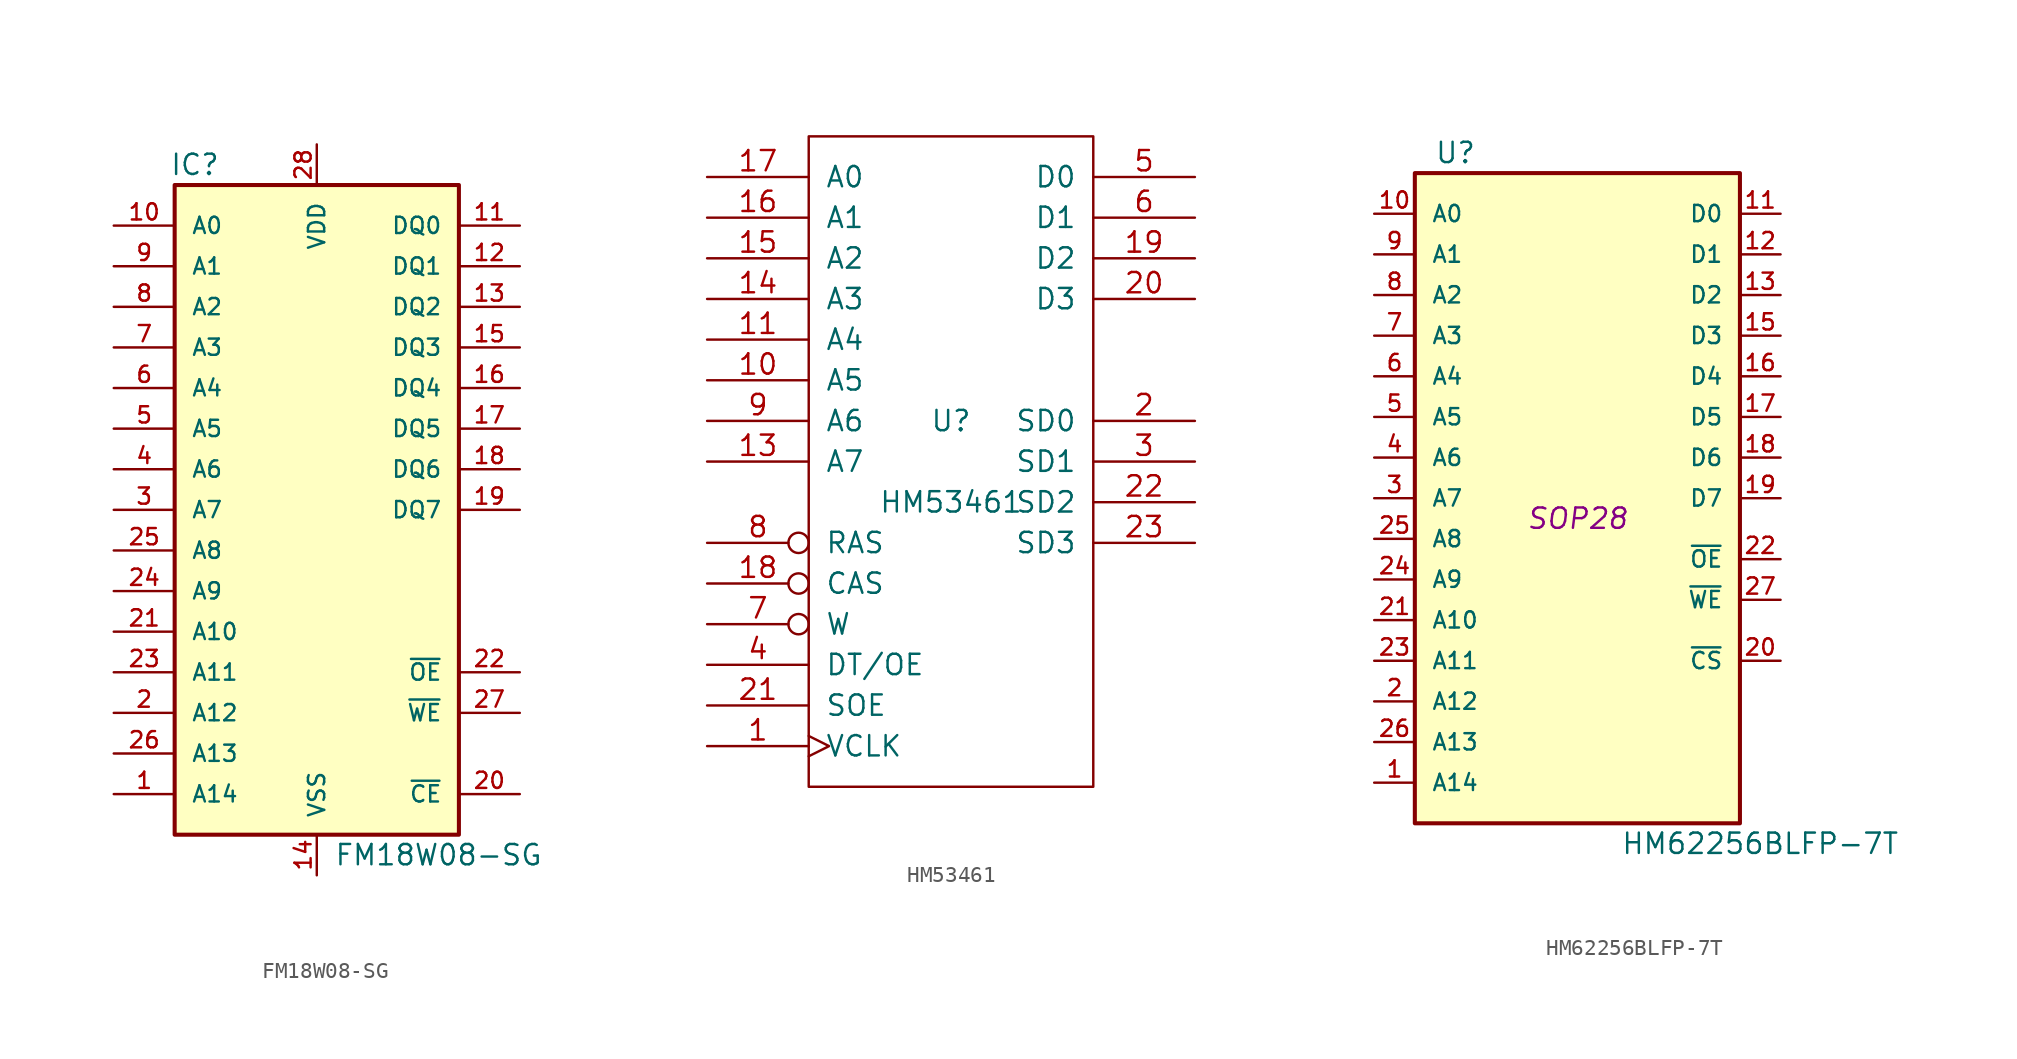
<source format=kicad_sym>
(kicad_symbol_lib
  (version 20231120)
  (generator "kicad_symbol_editor")
  (generator_version "8.0")
  (symbol "FM18W08-SG"
    (pin_names
      (offset 1.016))
    (property "Reference" "IC"
      (at -7.62 21.59 0)
      (effects (font (size 1.27 1.27))))
    (property "Value" "FM18W08-SG"
      (at 7.62 -21.59 0)
      (effects (font (size 1.27 1.27))))
    (property "Footprint" ""
      (at 0 0 0)
      (effects (font (size 1.27 1.27))))
    (property "Datasheet" ""
      (at 0 0 0)
      (effects (font (size 1.27 1.27))))
    (symbol "FM18W08-SG_0_1"
      (rectangle (start -8.89 20.32) (end 8.89 -20.32) (stroke (width 0.254) (type solid)) (fill (type background))))
    (symbol "FM18W08-SG_1_1"
      (pin input line (at -12.7 -17.78 0) (length 3.81) (name "A14" (effects (font (size 1.016 1.016)))) (number "1" (effects (font (size 1.016 1.016)))))
      (pin input line (at -12.7 17.78 0) (length 3.81) (name "A0" (effects (font (size 1.016 1.016)))) (number "10" (effects (font (size 1.016 1.016)))))
      (pin bidirectional line (at 12.7 17.78 180) (length 3.81) (name "DQ0" (effects (font (size 1.016 1.016)))) (number "11" (effects (font (size 1.016 1.016)))))
      (pin bidirectional line (at 12.7 15.24 180) (length 3.81) (name "DQ1" (effects (font (size 1.016 1.016)))) (number "12" (effects (font (size 1.016 1.016)))))
      (pin bidirectional line (at 12.7 12.7 180) (length 3.81) (name "DQ2" (effects (font (size 1.016 1.016)))) (number "13" (effects (font (size 1.016 1.016)))))
      (pin power_in line (at 0 -22.86 90) (length 2.54) (name "VSS" (effects (font (size 1.016 1.016)))) (number "14" (effects (font (size 1.016 1.016)))))
      (pin bidirectional line (at 12.7 10.16 180) (length 3.81) (name "DQ3" (effects (font (size 1.016 1.016)))) (number "15" (effects (font (size 1.016 1.016)))))
      (pin bidirectional line (at 12.7 7.62 180) (length 3.81) (name "DQ4" (effects (font (size 1.016 1.016)))) (number "16" (effects (font (size 1.016 1.016)))))
      (pin bidirectional line (at 12.7 5.08 180) (length 3.81) (name "DQ5" (effects (font (size 1.016 1.016)))) (number "17" (effects (font (size 1.016 1.016)))))
      (pin bidirectional line (at 12.7 2.54 180) (length 3.81) (name "DQ6" (effects (font (size 1.016 1.016)))) (number "18" (effects (font (size 1.016 1.016)))))
      (pin bidirectional line (at 12.7 0 180) (length 3.81) (name "DQ7" (effects (font (size 1.016 1.016)))) (number "19" (effects (font (size 1.016 1.016)))))
      (pin input line (at -12.7 -12.7 0) (length 3.81) (name "A12" (effects (font (size 1.016 1.016)))) (number "2" (effects (font (size 1.016 1.016)))))
      (pin bidirectional line (at 12.7 -17.78 180) (length 3.81) (name "~{CE}" (effects (font (size 1.016 1.016)))) (number "20" (effects (font (size 1.016 1.016)))))
      (pin input line (at -12.7 -7.62 0) (length 3.81) (name "A10" (effects (font (size 1.016 1.016)))) (number "21" (effects (font (size 1.016 1.016)))))
      (pin input line (at 12.7 -10.16 180) (length 3.81) (name "~{OE}" (effects (font (size 1.016 1.016)))) (number "22" (effects (font (size 1.016 1.016)))))
      (pin input line (at -12.7 -10.16 0) (length 3.81) (name "A11" (effects (font (size 1.016 1.016)))) (number "23" (effects (font (size 1.016 1.016)))))
      (pin input line (at -12.7 -5.08 0) (length 3.81) (name "A9" (effects (font (size 1.016 1.016)))) (number "24" (effects (font (size 1.016 1.016)))))
      (pin input line (at -12.7 -2.54 0) (length 3.81) (name "A8" (effects (font (size 1.016 1.016)))) (number "25" (effects (font (size 1.016 1.016)))))
      (pin input line (at -12.7 -15.24 0) (length 3.81) (name "A13" (effects (font (size 1.016 1.016)))) (number "26" (effects (font (size 1.016 1.016)))))
      (pin input line (at 12.7 -12.7 180) (length 3.81) (name "~{WE}" (effects (font (size 1.016 1.016)))) (number "27" (effects (font (size 1.016 1.016)))))
      (pin power_in line (at 0 22.86 270) (length 2.54) (name "VDD" (effects (font (size 1.016 1.016)))) (number "28" (effects (font (size 1.016 1.016)))))
      (pin input line (at -12.7 0 0) (length 3.81) (name "A7" (effects (font (size 1.016 1.016)))) (number "3" (effects (font (size 1.016 1.016)))))
      (pin input line (at -12.7 2.54 0) (length 3.81) (name "A6" (effects (font (size 1.016 1.016)))) (number "4" (effects (font (size 1.016 1.016)))))
      (pin input line (at -12.7 5.08 0) (length 3.81) (name "A5" (effects (font (size 1.016 1.016)))) (number "5" (effects (font (size 1.016 1.016)))))
      (pin input line (at -12.7 7.62 0) (length 3.81) (name "A4" (effects (font (size 1.016 1.016)))) (number "6" (effects (font (size 1.016 1.016)))))
      (pin input line (at -12.7 10.16 0) (length 3.81) (name "A3" (effects (font (size 1.016 1.016)))) (number "7" (effects (font (size 1.016 1.016)))))
      (pin input line (at -12.7 12.7 0) (length 3.81) (name "A2" (effects (font (size 1.016 1.016)))) (number "8" (effects (font (size 1.016 1.016)))))
      (pin input line (at -12.7 15.24 0) (length 3.81) (name "A1" (effects (font (size 1.016 1.016)))) (number "9" (effects (font (size 1.016 1.016)))))))
  (symbol "HM53461"
    (pin_names
      (offset 1.016))
    (property "Reference" "U"
      (at 0 2.54 0)
      (effects (font (size 1.27 1.27))))
    (property "Value" "HM53461"
      (at 0 -2.54 0)
      (effects (font (size 1.27 1.27))))
    (property "Footprint" ""
      (at 0 0 0)
      (effects (font (size 1.27 1.27))))
    (property "Datasheet" ""
      (at 0 0 0)
      (effects (font (size 1.27 1.27))))
    (symbol "HM53461_0_1"
      (rectangle (start -8.89 -20.32) (end 8.89 20.32) (stroke (width 0) (type solid)) (fill (type none))))
    (symbol "HM53461_1_1"
      (pin input clock (at -15.24 -17.78 0) (length 6.35) (name "VCLK" (effects (font (size 1.27 1.27)))) (number "1" (effects (font (size 1.27 1.27)))))
      (pin input line (at -15.24 5.08 0) (length 6.35) (name "A5" (effects (font (size 1.27 1.27)))) (number "10" (effects (font (size 1.27 1.27)))))
      (pin input line (at -15.24 7.62 0) (length 6.35) (name "A4" (effects (font (size 1.27 1.27)))) (number "11" (effects (font (size 1.27 1.27)))))
      (pin power_in line (at 1.27 20.32 90) (length 0) hide (name "VCC" (effects (font (size 1.27 1.27)))) (number "12" (effects (font (size 1.27 1.27)))))
      (pin input line (at -15.24 0 0) (length 6.35) (name "A7" (effects (font (size 1.27 1.27)))) (number "13" (effects (font (size 1.27 1.27)))))
      (pin input line (at -15.24 10.16 0) (length 6.35) (name "A3" (effects (font (size 1.27 1.27)))) (number "14" (effects (font (size 1.27 1.27)))))
      (pin input line (at -15.24 12.7 0) (length 6.35) (name "A2" (effects (font (size 1.27 1.27)))) (number "15" (effects (font (size 1.27 1.27)))))
      (pin input line (at -15.24 15.24 0) (length 6.35) (name "A1" (effects (font (size 1.27 1.27)))) (number "16" (effects (font (size 1.27 1.27)))))
      (pin input line (at -15.24 17.78 0) (length 6.35) (name "A0" (effects (font (size 1.27 1.27)))) (number "17" (effects (font (size 1.27 1.27)))))
      (pin input inverted (at -15.24 -7.62 0) (length 6.35) (name "CAS" (effects (font (size 1.27 1.27)))) (number "18" (effects (font (size 1.27 1.27)))))
      (pin tri_state line (at 15.24 12.7 180) (length 6.35) (name "D2" (effects (font (size 1.27 1.27)))) (number "19" (effects (font (size 1.27 1.27)))))
      (pin tri_state line (at 15.24 2.54 180) (length 6.35) (name "SD0" (effects (font (size 1.27 1.27)))) (number "2" (effects (font (size 1.27 1.27)))))
      (pin tri_state line (at 15.24 10.16 180) (length 6.35) (name "D3" (effects (font (size 1.27 1.27)))) (number "20" (effects (font (size 1.27 1.27)))))
      (pin input line (at -15.24 -15.24 0) (length 6.35) (name "SOE" (effects (font (size 1.27 1.27)))) (number "21" (effects (font (size 1.27 1.27)))))
      (pin tri_state line (at 15.24 -2.54 180) (length 6.35) (name "SD2" (effects (font (size 1.27 1.27)))) (number "22" (effects (font (size 1.27 1.27)))))
      (pin tri_state line (at 15.24 -5.08 180) (length 6.35) (name "SD3" (effects (font (size 1.27 1.27)))) (number "23" (effects (font (size 1.27 1.27)))))
      (pin power_in line (at 1.27 -20.32 90) (length 0) hide (name "VSS" (effects (font (size 1.27 1.27)))) (number "24" (effects (font (size 1.27 1.27)))))
      (pin tri_state line (at 15.24 0 180) (length 6.35) (name "SD1" (effects (font (size 1.27 1.27)))) (number "3" (effects (font (size 1.27 1.27)))))
      (pin input line (at -15.24 -12.7 0) (length 6.35) (name "DT/OE" (effects (font (size 1.27 1.27)))) (number "4" (effects (font (size 1.27 1.27)))))
      (pin tri_state line (at 15.24 17.78 180) (length 6.35) (name "D0" (effects (font (size 1.27 1.27)))) (number "5" (effects (font (size 1.27 1.27)))))
      (pin tri_state line (at 15.24 15.24 180) (length 6.35) (name "D1" (effects (font (size 1.27 1.27)))) (number "6" (effects (font (size 1.27 1.27)))))
      (pin input inverted (at -15.24 -10.16 0) (length 6.35) (name "W" (effects (font (size 1.27 1.27)))) (number "7" (effects (font (size 1.27 1.27)))))
      (pin input inverted (at -15.24 -5.08 0) (length 6.35) (name "RAS" (effects (font (size 1.27 1.27)))) (number "8" (effects (font (size 1.27 1.27)))))
      (pin input line (at -15.24 2.54 0) (length 6.35) (name "A6" (effects (font (size 1.27 1.27)))) (number "9" (effects (font (size 1.27 1.27)))))))
  (symbol "HM62256BLFP-7T"
    (pin_names
      (offset 1.016))
    (property "Reference" "U"
      (at -7.62 22.86 0)
      (effects (font (size 1.27 1.27))))
    (property "Value" "HM62256BLFP-7T"
      (at 11.43 -20.32 0)
      (effects (font (size 1.27 1.27))))
    (property "Footprint" "SOP28"
      (at 0 0 0)
      (effects (font (size 1.27 1.27) (italic yes))))
    (property "Datasheet" ""
      (at 0 0 0)
      (effects (font (size 1.27 1.27))))
    (symbol "HM62256BLFP-7T_0_0"
      (pin power_in line (at 0 -20.32 90) (length 1.27) hide (name "GND" (effects (font (size 1.016 1.016)))) (number "14" (effects (font (size 1.016 1.016)))))
      (pin power_in line (at 0 22.86 270) (length 1.27) hide (name "VCC" (effects (font (size 1.016 1.016)))) (number "28" (effects (font (size 1.016 1.016))))))
    (symbol "HM62256BLFP-7T_0_1"
      (rectangle (start -10.16 21.59) (end 10.16 -19.05) (stroke (width 0.254) (type solid)) (fill (type background))))
    (symbol "HM62256BLFP-7T_1_1"
      (pin input line (at -12.7 -16.51 0) (length 2.54) (name "A14" (effects (font (size 1.016 1.016)))) (number "1" (effects (font (size 1.016 1.016)))))
      (pin input line (at -12.7 19.05 0) (length 2.54) (name "A0" (effects (font (size 1.016 1.016)))) (number "10" (effects (font (size 1.016 1.016)))))
      (pin tri_state line (at 12.7 19.05 180) (length 2.54) (name "D0" (effects (font (size 1.016 1.016)))) (number "11" (effects (font (size 1.016 1.016)))))
      (pin tri_state line (at 12.7 16.51 180) (length 2.54) (name "D1" (effects (font (size 1.016 1.016)))) (number "12" (effects (font (size 1.016 1.016)))))
      (pin tri_state line (at 12.7 13.97 180) (length 2.54) (name "D2" (effects (font (size 1.016 1.016)))) (number "13" (effects (font (size 1.016 1.016)))))
      (pin tri_state line (at 12.7 11.43 180) (length 2.54) (name "D3" (effects (font (size 1.016 1.016)))) (number "15" (effects (font (size 1.016 1.016)))))
      (pin tri_state line (at 12.7 8.89 180) (length 2.54) (name "D4" (effects (font (size 1.016 1.016)))) (number "16" (effects (font (size 1.016 1.016)))))
      (pin tri_state line (at 12.7 6.35 180) (length 2.54) (name "D5" (effects (font (size 1.016 1.016)))) (number "17" (effects (font (size 1.016 1.016)))))
      (pin tri_state line (at 12.7 3.81 180) (length 2.54) (name "D6" (effects (font (size 1.016 1.016)))) (number "18" (effects (font (size 1.016 1.016)))))
      (pin tri_state line (at 12.7 1.27 180) (length 2.54) (name "D7" (effects (font (size 1.016 1.016)))) (number "19" (effects (font (size 1.016 1.016)))))
      (pin input line (at -12.7 -11.43 0) (length 2.54) (name "A12" (effects (font (size 1.016 1.016)))) (number "2" (effects (font (size 1.016 1.016)))))
      (pin input line (at 12.7 -8.89 180) (length 2.54) (name "~{CS}" (effects (font (size 1.016 1.016)))) (number "20" (effects (font (size 1.016 1.016)))))
      (pin input line (at -12.7 -6.35 0) (length 2.54) (name "A10" (effects (font (size 1.016 1.016)))) (number "21" (effects (font (size 1.016 1.016)))))
      (pin input line (at 12.7 -2.54 180) (length 2.54) (name "~{OE}" (effects (font (size 1.016 1.016)))) (number "22" (effects (font (size 1.016 1.016)))))
      (pin input line (at -12.7 -8.89 0) (length 2.54) (name "A11" (effects (font (size 1.016 1.016)))) (number "23" (effects (font (size 1.016 1.016)))))
      (pin input line (at -12.7 -3.81 0) (length 2.54) (name "A9" (effects (font (size 1.016 1.016)))) (number "24" (effects (font (size 1.016 1.016)))))
      (pin input line (at -12.7 -1.27 0) (length 2.54) (name "A8" (effects (font (size 1.016 1.016)))) (number "25" (effects (font (size 1.016 1.016)))))
      (pin input line (at -12.7 -13.97 0) (length 2.54) (name "A13" (effects (font (size 1.016 1.016)))) (number "26" (effects (font (size 1.016 1.016)))))
      (pin input line (at 12.7 -5.08 180) (length 2.54) (name "~{WE}" (effects (font (size 1.016 1.016)))) (number "27" (effects (font (size 1.016 1.016)))))
      (pin input line (at -12.7 1.27 0) (length 2.54) (name "A7" (effects (font (size 1.016 1.016)))) (number "3" (effects (font (size 1.016 1.016)))))
      (pin input line (at -12.7 3.81 0) (length 2.54) (name "A6" (effects (font (size 1.016 1.016)))) (number "4" (effects (font (size 1.016 1.016)))))
      (pin input line (at -12.7 6.35 0) (length 2.54) (name "A5" (effects (font (size 1.016 1.016)))) (number "5" (effects (font (size 1.016 1.016)))))
      (pin input line (at -12.7 8.89 0) (length 2.54) (name "A4" (effects (font (size 1.016 1.016)))) (number "6" (effects (font (size 1.016 1.016)))))
      (pin input line (at -12.7 11.43 0) (length 2.54) (name "A3" (effects (font (size 1.016 1.016)))) (number "7" (effects (font (size 1.016 1.016)))))
      (pin input line (at -12.7 13.97 0) (length 2.54) (name "A2" (effects (font (size 1.016 1.016)))) (number "8" (effects (font (size 1.016 1.016)))))
      (pin input line (at -12.7 16.51 0) (length 2.54) (name "A1" (effects (font (size 1.016 1.016)))) (number "9" (effects (font (size 1.016 1.016))))))))
</source>
